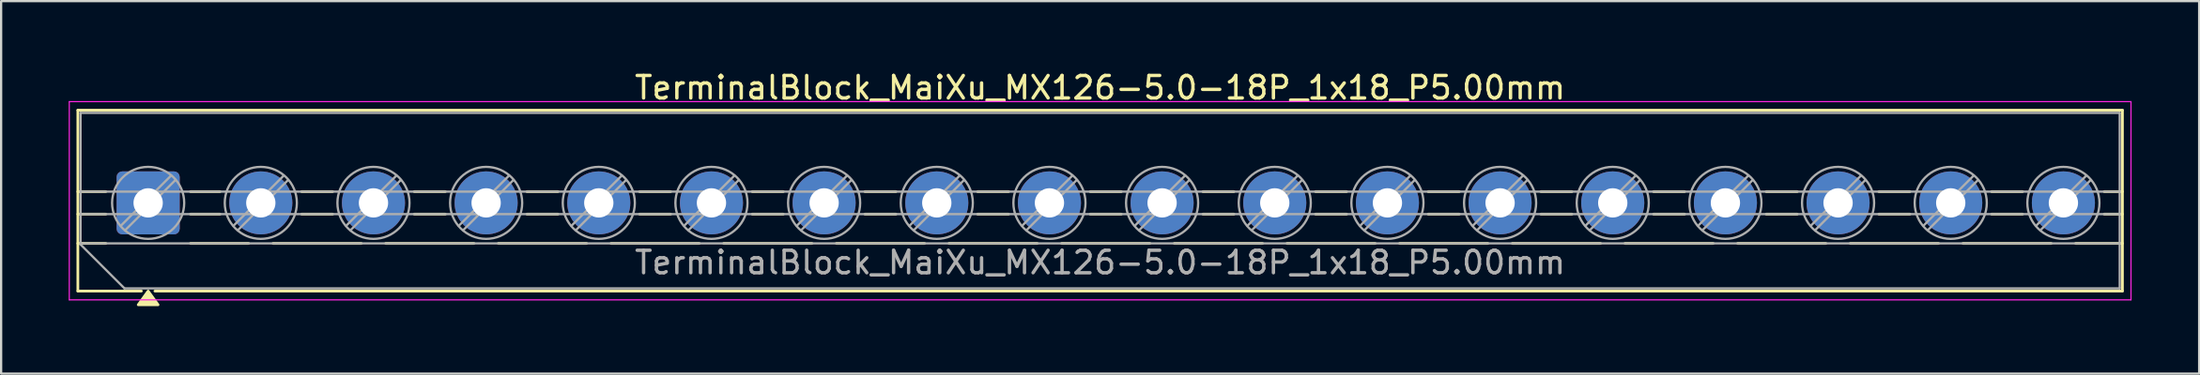
<source format=kicad_pcb>
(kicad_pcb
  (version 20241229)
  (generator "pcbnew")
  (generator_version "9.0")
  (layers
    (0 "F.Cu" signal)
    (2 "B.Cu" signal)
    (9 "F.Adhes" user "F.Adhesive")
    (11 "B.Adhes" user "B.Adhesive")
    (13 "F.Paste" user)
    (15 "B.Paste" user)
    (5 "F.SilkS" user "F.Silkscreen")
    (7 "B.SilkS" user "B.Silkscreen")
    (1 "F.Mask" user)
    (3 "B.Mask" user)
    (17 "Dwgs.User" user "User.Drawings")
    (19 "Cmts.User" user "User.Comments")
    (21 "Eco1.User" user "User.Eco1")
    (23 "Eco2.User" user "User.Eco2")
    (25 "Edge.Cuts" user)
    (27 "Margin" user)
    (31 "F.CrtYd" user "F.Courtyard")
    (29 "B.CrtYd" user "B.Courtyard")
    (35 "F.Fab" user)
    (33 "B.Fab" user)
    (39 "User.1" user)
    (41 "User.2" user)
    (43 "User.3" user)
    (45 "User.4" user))
  (footprint "TerminalBlock_MaiXu_MX126-5.0-18P_1x18_P5.00mm"
    (layer "F.Cu")
    (at 3.525 5.968)
    (property "Reference" "TerminalBlock_MaiXu_MX126-5.0-18P_1x18_P5.00mm" (at 42.25 -5.12 0) (layer "F.SilkS") (effects (font (size 1 1) (thickness 0.15))))
    (attr through_hole)
    (fp_line (start -3.12 -4.12) (end -3.12 3.92) (stroke (width 0.12) (type solid)) (layer "F.SilkS"))
    (fp_line (start -3.12 -4.12) (end 87.62 -4.12) (stroke (width 0.12) (type solid)) (layer "F.SilkS"))
    (fp_line (start -3.12 -0.5) (end -1.88 -0.5) (stroke (width 0.12) (type solid)) (layer "F.SilkS"))
    (fp_line (start -3.12 0.5) (end -1.88 0.5) (stroke (width 0.12) (type solid)) (layer "F.SilkS"))
    (fp_line (start -3.12 1.8) (end -1.88 1.8) (stroke (width 0.12) (type solid)) (layer "F.SilkS"))
    (fp_line (start -3.12 3.92) (end -0.3 3.92) (stroke (width 0.12) (type solid)) (layer "F.SilkS"))
    (fp_line (start 0.3 3.92) (end 87.62 3.92) (stroke (width 0.12) (type solid)) (layer "F.SilkS"))
    (fp_line (start 1.88 -0.5) (end 3.188 -0.5) (stroke (width 0.12) (type solid)) (layer "F.SilkS"))
    (fp_line (start 1.88 0.5) (end 3.188 0.5) (stroke (width 0.12) (type solid)) (layer "F.SilkS"))
    (fp_line (start 1.88 1.8) (end 4.457 1.8) (stroke (width 0.12) (type solid)) (layer "F.SilkS"))
    (fp_line (start 5.543 1.8) (end 9.457 1.8) (stroke (width 0.12) (type solid)) (layer "F.SilkS"))
    (fp_line (start 6.812 -0.5) (end 8.188 -0.5) (stroke (width 0.12) (type solid)) (layer "F.SilkS"))
    (fp_line (start 6.812 0.5) (end 8.188 0.5) (stroke (width 0.12) (type solid)) (layer "F.SilkS"))
    (fp_line (start 10.543 1.8) (end 14.457 1.8) (stroke (width 0.12) (type solid)) (layer "F.SilkS"))
    (fp_line (start 11.812 -0.5) (end 13.188 -0.5) (stroke (width 0.12) (type solid)) (layer "F.SilkS"))
    (fp_line (start 11.812 0.5) (end 13.188 0.5) (stroke (width 0.12) (type solid)) (layer "F.SilkS"))
    (fp_line (start 15.543 1.8) (end 19.457 1.8) (stroke (width 0.12) (type solid)) (layer "F.SilkS"))
    (fp_line (start 16.812 -0.5) (end 18.188 -0.5) (stroke (width 0.12) (type solid)) (layer "F.SilkS"))
    (fp_line (start 16.812 0.5) (end 18.188 0.5) (stroke (width 0.12) (type solid)) (layer "F.SilkS"))
    (fp_line (start 20.543 1.8) (end 24.457 1.8) (stroke (width 0.12) (type solid)) (layer "F.SilkS"))
    (fp_line (start 21.812 -0.5) (end 23.188 -0.5) (stroke (width 0.12) (type solid)) (layer "F.SilkS"))
    (fp_line (start 21.812 0.5) (end 23.188 0.5) (stroke (width 0.12) (type solid)) (layer "F.SilkS"))
    (fp_line (start 25.543 1.8) (end 29.457 1.8) (stroke (width 0.12) (type solid)) (layer "F.SilkS"))
    (fp_line (start 26.812 -0.5) (end 28.188 -0.5) (stroke (width 0.12) (type solid)) (layer "F.SilkS"))
    (fp_line (start 26.812 0.5) (end 28.188 0.5) (stroke (width 0.12) (type solid)) (layer "F.SilkS"))
    (fp_line (start 30.543 1.8) (end 34.457 1.8) (stroke (width 0.12) (type solid)) (layer "F.SilkS"))
    (fp_line (start 31.812 -0.5) (end 33.188 -0.5) (stroke (width 0.12) (type solid)) (layer "F.SilkS"))
    (fp_line (start 31.812 0.5) (end 33.188 0.5) (stroke (width 0.12) (type solid)) (layer "F.SilkS"))
    (fp_line (start 35.543 1.8) (end 39.457 1.8) (stroke (width 0.12) (type solid)) (layer "F.SilkS"))
    (fp_line (start 36.812 -0.5) (end 38.188 -0.5) (stroke (width 0.12) (type solid)) (layer "F.SilkS"))
    (fp_line (start 36.812 0.5) (end 38.188 0.5) (stroke (width 0.12) (type solid)) (layer "F.SilkS"))
    (fp_line (start 40.543 1.8) (end 44.457 1.8) (stroke (width 0.12) (type solid)) (layer "F.SilkS"))
    (fp_line (start 41.812 -0.5) (end 43.188 -0.5) (stroke (width 0.12) (type solid)) (layer "F.SilkS"))
    (fp_line (start 41.812 0.5) (end 43.188 0.5) (stroke (width 0.12) (type solid)) (layer "F.SilkS"))
    (fp_line (start 45.543 1.8) (end 49.457 1.8) (stroke (width 0.12) (type solid)) (layer "F.SilkS"))
    (fp_line (start 46.812 -0.5) (end 48.188 -0.5) (stroke (width 0.12) (type solid)) (layer "F.SilkS"))
    (fp_line (start 46.812 0.5) (end 48.188 0.5) (stroke (width 0.12) (type solid)) (layer "F.SilkS"))
    (fp_line (start 50.543 1.8) (end 54.457 1.8) (stroke (width 0.12) (type solid)) (layer "F.SilkS"))
    (fp_line (start 51.812 -0.5) (end 53.188 -0.5) (stroke (width 0.12) (type solid)) (layer "F.SilkS"))
    (fp_line (start 51.812 0.5) (end 53.188 0.5) (stroke (width 0.12) (type solid)) (layer "F.SilkS"))
    (fp_line (start 55.543 1.8) (end 59.457 1.8) (stroke (width 0.12) (type solid)) (layer "F.SilkS"))
    (fp_line (start 56.812 -0.5) (end 58.188 -0.5) (stroke (width 0.12) (type solid)) (layer "F.SilkS"))
    (fp_line (start 56.812 0.5) (end 58.188 0.5) (stroke (width 0.12) (type solid)) (layer "F.SilkS"))
    (fp_line (start 60.543 1.8) (end 64.457 1.8) (stroke (width 0.12) (type solid)) (layer "F.SilkS"))
    (fp_line (start 61.812 -0.5) (end 63.188 -0.5) (stroke (width 0.12) (type solid)) (layer "F.SilkS"))
    (fp_line (start 61.812 0.5) (end 63.188 0.5) (stroke (width 0.12) (type solid)) (layer "F.SilkS"))
    (fp_line (start 65.543 1.8) (end 69.457 1.8) (stroke (width 0.12) (type solid)) (layer "F.SilkS"))
    (fp_line (start 66.812 -0.5) (end 68.188 -0.5) (stroke (width 0.12) (type solid)) (layer "F.SilkS"))
    (fp_line (start 66.812 0.5) (end 68.188 0.5) (stroke (width 0.12) (type solid)) (layer "F.SilkS"))
    (fp_line (start 70.543 1.8) (end 74.457 1.8) (stroke (width 0.12) (type solid)) (layer "F.SilkS"))
    (fp_line (start 71.812 -0.5) (end 73.188 -0.5) (stroke (width 0.12) (type solid)) (layer "F.SilkS"))
    (fp_line (start 71.812 0.5) (end 73.188 0.5) (stroke (width 0.12) (type solid)) (layer "F.SilkS"))
    (fp_line (start 75.543 1.8) (end 79.457 1.8) (stroke (width 0.12) (type solid)) (layer "F.SilkS"))
    (fp_line (start 76.812 -0.5) (end 78.188 -0.5) (stroke (width 0.12) (type solid)) (layer "F.SilkS"))
    (fp_line (start 76.812 0.5) (end 78.188 0.5) (stroke (width 0.12) (type solid)) (layer "F.SilkS"))
    (fp_line (start 80.543 1.8) (end 84.457 1.8) (stroke (width 0.12) (type solid)) (layer "F.SilkS"))
    (fp_line (start 81.812 -0.5) (end 83.188 -0.5) (stroke (width 0.12) (type solid)) (layer "F.SilkS"))
    (fp_line (start 81.812 0.5) (end 83.188 0.5) (stroke (width 0.12) (type solid)) (layer "F.SilkS"))
    (fp_line (start 85.543 1.8) (end 87.62 1.8) (stroke (width 0.12) (type solid)) (layer "F.SilkS"))
    (fp_line (start 86.812 -0.5) (end 87.62 -0.5) (stroke (width 0.12) (type solid)) (layer "F.SilkS"))
    (fp_line (start 86.812 0.5) (end 87.62 0.5) (stroke (width 0.12) (type solid)) (layer "F.SilkS"))
    (fp_line (start 87.62 -4.12) (end 87.62 3.92) (stroke (width 0.12) (type solid)) (layer "F.SilkS"))
    (fp_poly (pts (xy 0 3.92) (xy 0.44 4.53) (xy -0.44 4.53)) (stroke (width 0.12) (type solid)) (fill yes) (layer "F.SilkS"))
    (fp_line (start -3.5 -4.5) (end -3.5 4.31) (stroke (width 0.05) (type solid)) (layer "F.CrtYd"))
    (fp_line (start -3.5 4.31) (end 88 4.31) (stroke (width 0.05) (type solid)) (layer "F.CrtYd"))
    (fp_line (start 88 -4.5) (end -3.5 -4.5) (stroke (width 0.05) (type solid)) (layer "F.CrtYd"))
    (fp_line (start 88 4.31) (end 88 -4.5) (stroke (width 0.05) (type solid)) (layer "F.CrtYd"))
    (fp_line (start -3 -4) (end 87.5 -4) (stroke (width 0.1) (type solid)) (layer "F.Fab"))
    (fp_line (start -3 -0.5) (end 87.5 -0.5) (stroke (width 0.1) (type solid)) (layer "F.Fab"))
    (fp_line (start -3 0.5) (end 87.5 0.5) (stroke (width 0.1) (type solid)) (layer "F.Fab"))
    (fp_line (start -3 1.8) (end 87.5 1.8) (stroke (width 0.1) (type solid)) (layer "F.Fab"))
    (fp_line (start -3 1.85) (end -3 -4) (stroke (width 0.1) (type solid)) (layer "F.Fab"))
    (fp_line (start -1.05 3.8) (end -3 1.85) (stroke (width 0.1) (type solid)) (layer "F.Fab"))
    (fp_line (start 1.018 -1.213) (end -1.214 1.018) (stroke (width 0.1) (type solid)) (layer "F.Fab"))
    (fp_line (start 1.213 -1.018) (end -1.018 1.213) (stroke (width 0.1) (type solid)) (layer "F.Fab"))
    (fp_line (start 6.018 -1.213) (end 3.786 1.018) (stroke (width 0.1) (type solid)) (layer "F.Fab"))
    (fp_line (start 6.213 -1.018) (end 3.982 1.213) (stroke (width 0.1) (type solid)) (layer "F.Fab"))
    (fp_line (start 11.018 -1.213) (end 8.786 1.018) (stroke (width 0.1) (type solid)) (layer "F.Fab"))
    (fp_line (start 11.213 -1.018) (end 8.982 1.213) (stroke (width 0.1) (type solid)) (layer "F.Fab"))
    (fp_line (start 16.018 -1.213) (end 13.786 1.018) (stroke (width 0.1) (type solid)) (layer "F.Fab"))
    (fp_line (start 16.213 -1.018) (end 13.982 1.213) (stroke (width 0.1) (type solid)) (layer "F.Fab"))
    (fp_line (start 21.018 -1.213) (end 18.786 1.018) (stroke (width 0.1) (type solid)) (layer "F.Fab"))
    (fp_line (start 21.213 -1.018) (end 18.982 1.213) (stroke (width 0.1) (type solid)) (layer "F.Fab"))
    (fp_line (start 26.018 -1.213) (end 23.786 1.018) (stroke (width 0.1) (type solid)) (layer "F.Fab"))
    (fp_line (start 26.213 -1.018) (end 23.982 1.213) (stroke (width 0.1) (type solid)) (layer "F.Fab"))
    (fp_line (start 31.018 -1.213) (end 28.786 1.018) (stroke (width 0.1) (type solid)) (layer "F.Fab"))
    (fp_line (start 31.213 -1.018) (end 28.982 1.213) (stroke (width 0.1) (type solid)) (layer "F.Fab"))
    (fp_line (start 36.018 -1.213) (end 33.786 1.018) (stroke (width 0.1) (type solid)) (layer "F.Fab"))
    (fp_line (start 36.213 -1.018) (end 33.982 1.213) (stroke (width 0.1) (type solid)) (layer "F.Fab"))
    (fp_line (start 41.018 -1.213) (end 38.786 1.018) (stroke (width 0.1) (type solid)) (layer "F.Fab"))
    (fp_line (start 41.213 -1.018) (end 38.982 1.213) (stroke (width 0.1) (type solid)) (layer "F.Fab"))
    (fp_line (start 46.018 -1.213) (end 43.786 1.018) (stroke (width 0.1) (type solid)) (layer "F.Fab"))
    (fp_line (start 46.213 -1.018) (end 43.982 1.213) (stroke (width 0.1) (type solid)) (layer "F.Fab"))
    (fp_line (start 51.018 -1.213) (end 48.786 1.018) (stroke (width 0.1) (type solid)) (layer "F.Fab"))
    (fp_line (start 51.213 -1.018) (end 48.982 1.213) (stroke (width 0.1) (type solid)) (layer "F.Fab"))
    (fp_line (start 56.018 -1.213) (end 53.786 1.018) (stroke (width 0.1) (type solid)) (layer "F.Fab"))
    (fp_line (start 56.213 -1.018) (end 53.982 1.213) (stroke (width 0.1) (type solid)) (layer "F.Fab"))
    (fp_line (start 61.018 -1.213) (end 58.786 1.018) (stroke (width 0.1) (type solid)) (layer "F.Fab"))
    (fp_line (start 61.213 -1.018) (end 58.982 1.213) (stroke (width 0.1) (type solid)) (layer "F.Fab"))
    (fp_line (start 66.018 -1.213) (end 63.786 1.018) (stroke (width 0.1) (type solid)) (layer "F.Fab"))
    (fp_line (start 66.213 -1.018) (end 63.982 1.213) (stroke (width 0.1) (type solid)) (layer "F.Fab"))
    (fp_line (start 71.018 -1.213) (end 68.786 1.018) (stroke (width 0.1) (type solid)) (layer "F.Fab"))
    (fp_line (start 71.213 -1.018) (end 68.982 1.213) (stroke (width 0.1) (type solid)) (layer "F.Fab"))
    (fp_line (start 76.018 -1.213) (end 73.786 1.018) (stroke (width 0.1) (type solid)) (layer "F.Fab"))
    (fp_line (start 76.213 -1.018) (end 73.982 1.213) (stroke (width 0.1) (type solid)) (layer "F.Fab"))
    (fp_line (start 81.018 -1.213) (end 78.786 1.018) (stroke (width 0.1) (type solid)) (layer "F.Fab"))
    (fp_line (start 81.213 -1.018) (end 78.982 1.213) (stroke (width 0.1) (type solid)) (layer "F.Fab"))
    (fp_line (start 86.018 -1.213) (end 83.786 1.018) (stroke (width 0.1) (type solid)) (layer "F.Fab"))
    (fp_line (start 86.213 -1.018) (end 83.982 1.213) (stroke (width 0.1) (type solid)) (layer "F.Fab"))
    (fp_line (start 87.5 -4) (end 87.5 3.8) (stroke (width 0.1) (type solid)) (layer "F.Fab"))
    (fp_line (start 87.5 3.8) (end -1.05 3.8) (stroke (width 0.1) (type solid)) (layer "F.Fab"))
    (fp_circle (center 0 0) (end 1.6 0) (stroke (width 0.1) (type solid)) (fill no) (layer "F.Fab"))
    (fp_circle (center 5 0) (end 6.6 0) (stroke (width 0.1) (type solid)) (fill no) (layer "F.Fab"))
    (fp_circle (center 10 0) (end 11.6 0) (stroke (width 0.1) (type solid)) (fill no) (layer "F.Fab"))
    (fp_circle (center 15 0) (end 16.6 0) (stroke (width 0.1) (type solid)) (fill no) (layer "F.Fab"))
    (fp_circle (center 20 0) (end 21.6 0) (stroke (width 0.1) (type solid)) (fill no) (layer "F.Fab"))
    (fp_circle (center 25 0) (end 26.6 0) (stroke (width 0.1) (type solid)) (fill no) (layer "F.Fab"))
    (fp_circle (center 30 0) (end 31.6 0) (stroke (width 0.1) (type solid)) (fill no) (layer "F.Fab"))
    (fp_circle (center 35 0) (end 36.6 0) (stroke (width 0.1) (type solid)) (fill no) (layer "F.Fab"))
    (fp_circle (center 40 0) (end 41.6 0) (stroke (width 0.1) (type solid)) (fill no) (layer "F.Fab"))
    (fp_circle (center 45 0) (end 46.6 0) (stroke (width 0.1) (type solid)) (fill no) (layer "F.Fab"))
    (fp_circle (center 50 0) (end 51.6 0) (stroke (width 0.1) (type solid)) (fill no) (layer "F.Fab"))
    (fp_circle (center 55 0) (end 56.6 0) (stroke (width 0.1) (type solid)) (fill no) (layer "F.Fab"))
    (fp_circle (center 60 0) (end 61.6 0) (stroke (width 0.1) (type solid)) (fill no) (layer "F.Fab"))
    (fp_circle (center 65 0) (end 66.6 0) (stroke (width 0.1) (type solid)) (fill no) (layer "F.Fab"))
    (fp_circle (center 70 0) (end 71.6 0) (stroke (width 0.1) (type solid)) (fill no) (layer "F.Fab"))
    (fp_circle (center 75 0) (end 76.6 0) (stroke (width 0.1) (type solid)) (fill no) (layer "F.Fab"))
    (fp_circle (center 80 0) (end 81.6 0) (stroke (width 0.1) (type solid)) (fill no) (layer "F.Fab"))
    (fp_circle (center 85 0) (end 86.6 0) (stroke (width 0.1) (type solid)) (fill no) (layer "F.Fab"))
    (fp_text user "${REFERENCE}" (at 42.25 2.65 0) (layer "F.Fab") (effects (font (size 1 1) (thickness 0.15))))
    (pad "1" thru_hole roundrect (at 0 0) (size 2.8 2.8) (drill 1.3) (layers "*.Cu" "*.Mask") (roundrect_rratio 0.089))
    (pad "2" thru_hole circle (at 5 0) (size 2.8 2.8) (drill 1.3) (layers "*.Cu" "*.Mask"))
    (pad "3" thru_hole circle (at 10 0) (size 2.8 2.8) (drill 1.3) (layers "*.Cu" "*.Mask"))
    (pad "4" thru_hole circle (at 15 0) (size 2.8 2.8) (drill 1.3) (layers "*.Cu" "*.Mask"))
    (pad "5" thru_hole circle (at 20 0) (size 2.8 2.8) (drill 1.3) (layers "*.Cu" "*.Mask"))
    (pad "6" thru_hole circle (at 25 0) (size 2.8 2.8) (drill 1.3) (layers "*.Cu" "*.Mask"))
    (pad "7" thru_hole circle (at 30 0) (size 2.8 2.8) (drill 1.3) (layers "*.Cu" "*.Mask"))
    (pad "8" thru_hole circle (at 35 0) (size 2.8 2.8) (drill 1.3) (layers "*.Cu" "*.Mask"))
    (pad "9" thru_hole circle (at 40 0) (size 2.8 2.8) (drill 1.3) (layers "*.Cu" "*.Mask"))
    (pad "10" thru_hole circle (at 45 0) (size 2.8 2.8) (drill 1.3) (layers "*.Cu" "*.Mask"))
    (pad "11" thru_hole circle (at 50 0) (size 2.8 2.8) (drill 1.3) (layers "*.Cu" "*.Mask"))
    (pad "12" thru_hole circle (at 55 0) (size 2.8 2.8) (drill 1.3) (layers "*.Cu" "*.Mask"))
    (pad "13" thru_hole circle (at 60 0) (size 2.8 2.8) (drill 1.3) (layers "*.Cu" "*.Mask"))
    (pad "14" thru_hole circle (at 65 0) (size 2.8 2.8) (drill 1.3) (layers "*.Cu" "*.Mask"))
    (pad "15" thru_hole circle (at 70 0) (size 2.8 2.8) (drill 1.3) (layers "*.Cu" "*.Mask"))
    (pad "16" thru_hole circle (at 75 0) (size 2.8 2.8) (drill 1.3) (layers "*.Cu" "*.Mask"))
    (pad "17" thru_hole circle (at 80 0) (size 2.8 2.8) (drill 1.3) (layers "*.Cu" "*.Mask"))
    (pad "18" thru_hole circle (at 85 0) (size 2.8 2.8) (drill 1.3) (layers "*.Cu" "*.Mask")))
  (gr_rect
    (start -3 -3)
    (end 94.55 13.558)
    (stroke (width 0.1) (type default))
    (fill no)
    (layer "Edge.Cuts")))
</source>
